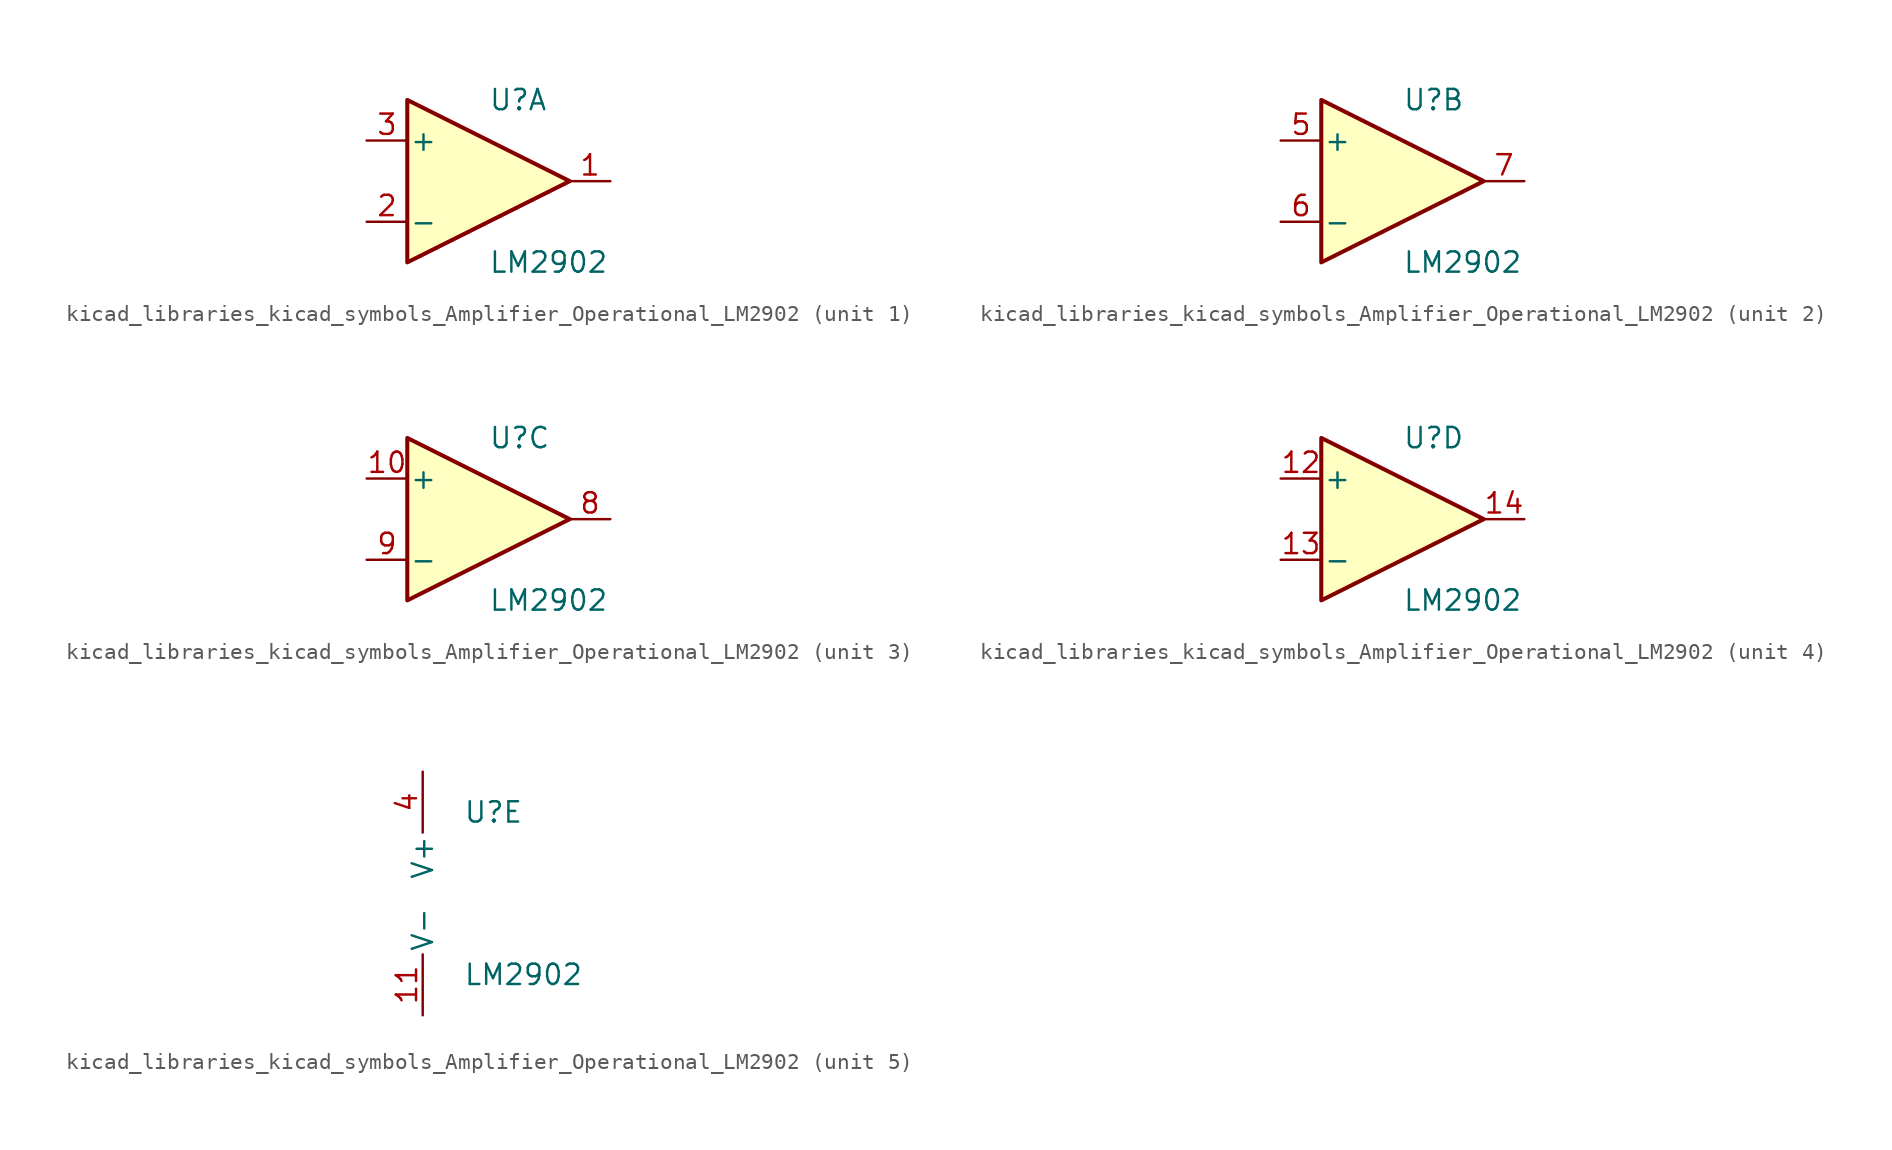
<source format=kicad_sym>
(kicad_symbol_lib
  (version 20220914)
  (generator kicad_symbol_editor)
  (symbol "kicad_libraries_kicad_symbols_Amplifier_Operational_LM2902"
    (pin_names
      (offset 0.127))
    (property "Reference" "U"
      (at 0 5.08 0)
      (effects (font (size 1.27 1.27)) (justify left)))
    (property "Value" "LM2902"
      (at 0 -5.08 0)
      (effects (font (size 1.27 1.27)) (justify left)))
    (property "ki_locked" ""
      (at 0 0 0)
      (effects (font (size 1.27 1.27))))
    (symbol "kicad_libraries_kicad_symbols_Amplifier_Operational_LM2902_1_1"
      (polyline (pts (xy -5.08 5.08) (xy 5.08 0) (xy -5.08 -5.08) (xy -5.08 5.08)) (stroke (width 0.254) (type default)) (fill (type background)))
      (pin output line (at 7.62 0 180) (length 2.54) (name "~" (effects (font (size 1.27 1.27)))) (number "1" (effects (font (size 1.27 1.27)))))
      (pin input line (at -7.62 -2.54 0) (length 2.54) (name "-" (effects (font (size 1.27 1.27)))) (number "2" (effects (font (size 1.27 1.27)))))
      (pin input line (at -7.62 2.54 0) (length 2.54) (name "+" (effects (font (size 1.27 1.27)))) (number "3" (effects (font (size 1.27 1.27))))))
    (symbol "kicad_libraries_kicad_symbols_Amplifier_Operational_LM2902_2_1"
      (polyline (pts (xy -5.08 5.08) (xy 5.08 0) (xy -5.08 -5.08) (xy -5.08 5.08)) (stroke (width 0.254) (type default)) (fill (type background)))
      (pin input line (at -7.62 2.54 0) (length 2.54) (name "+" (effects (font (size 1.27 1.27)))) (number "5" (effects (font (size 1.27 1.27)))))
      (pin input line (at -7.62 -2.54 0) (length 2.54) (name "-" (effects (font (size 1.27 1.27)))) (number "6" (effects (font (size 1.27 1.27)))))
      (pin output line (at 7.62 0 180) (length 2.54) (name "~" (effects (font (size 1.27 1.27)))) (number "7" (effects (font (size 1.27 1.27))))))
    (symbol "kicad_libraries_kicad_symbols_Amplifier_Operational_LM2902_3_1"
      (polyline (pts (xy -5.08 5.08) (xy 5.08 0) (xy -5.08 -5.08) (xy -5.08 5.08)) (stroke (width 0.254) (type default)) (fill (type background)))
      (pin input line (at -7.62 2.54 0) (length 2.54) (name "+" (effects (font (size 1.27 1.27)))) (number "10" (effects (font (size 1.27 1.27)))))
      (pin output line (at 7.62 0 180) (length 2.54) (name "~" (effects (font (size 1.27 1.27)))) (number "8" (effects (font (size 1.27 1.27)))))
      (pin input line (at -7.62 -2.54 0) (length 2.54) (name "-" (effects (font (size 1.27 1.27)))) (number "9" (effects (font (size 1.27 1.27))))))
    (symbol "kicad_libraries_kicad_symbols_Amplifier_Operational_LM2902_4_1"
      (polyline (pts (xy -5.08 5.08) (xy 5.08 0) (xy -5.08 -5.08) (xy -5.08 5.08)) (stroke (width 0.254) (type default)) (fill (type background)))
      (pin input line (at -7.62 2.54 0) (length 2.54) (name "+" (effects (font (size 1.27 1.27)))) (number "12" (effects (font (size 1.27 1.27)))))
      (pin input line (at -7.62 -2.54 0) (length 2.54) (name "-" (effects (font (size 1.27 1.27)))) (number "13" (effects (font (size 1.27 1.27)))))
      (pin output line (at 7.62 0 180) (length 2.54) (name "~" (effects (font (size 1.27 1.27)))) (number "14" (effects (font (size 1.27 1.27))))))
    (symbol "kicad_libraries_kicad_symbols_Amplifier_Operational_LM2902_5_1"
      (pin power_in line (at -2.54 -7.62 90) (length 3.81) (name "V-" (effects (font (size 1.27 1.27)))) (number "11" (effects (font (size 1.27 1.27)))))
      (pin power_in line (at -2.54 7.62 270) (length 3.81) (name "V+" (effects (font (size 1.27 1.27)))) (number "4" (effects (font (size 1.27 1.27))))))))
</source>
